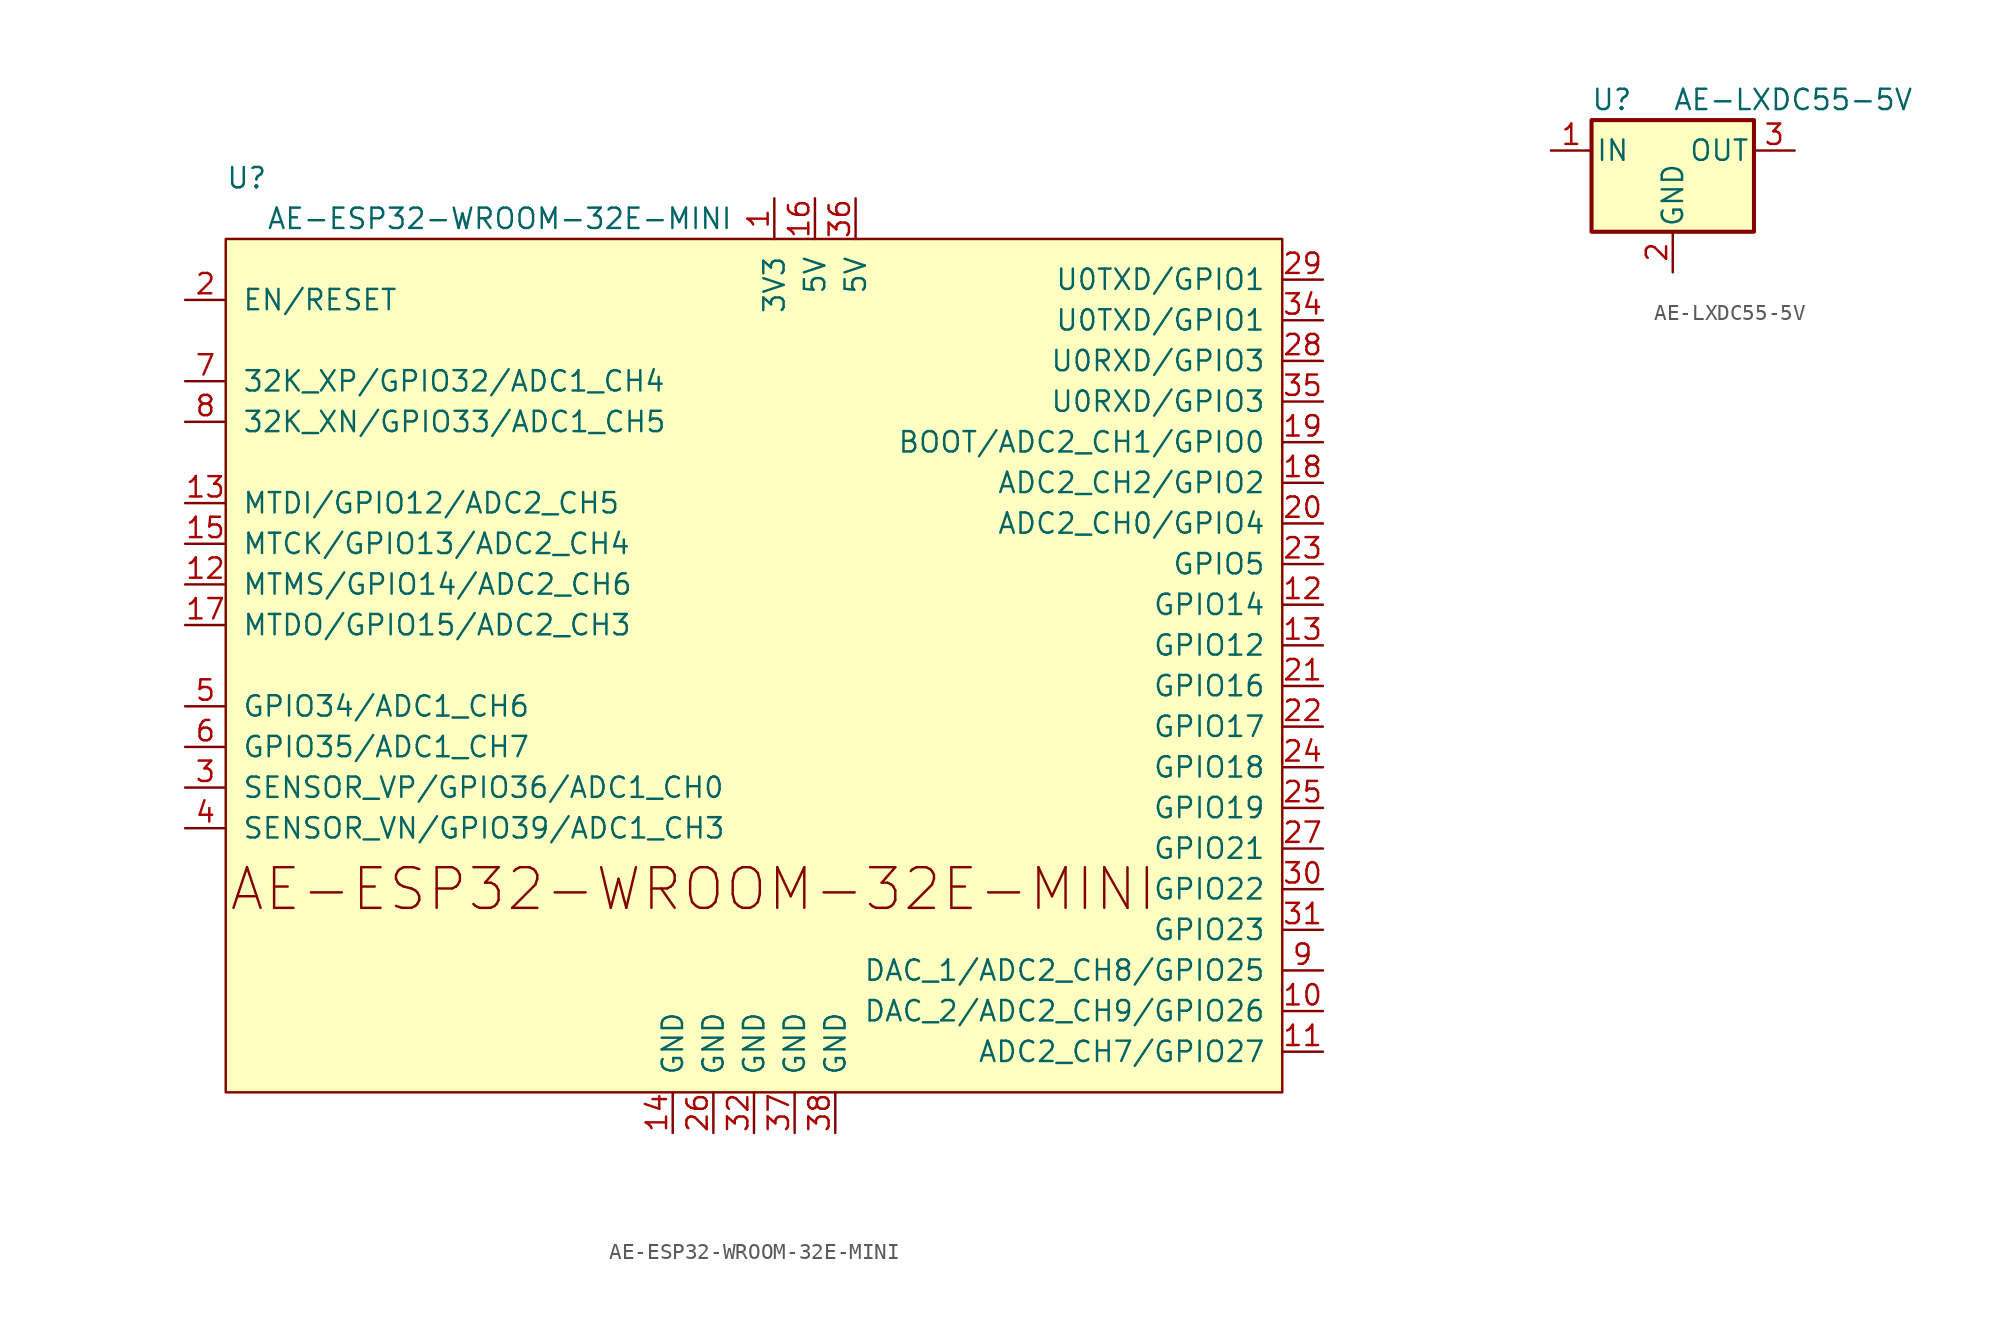
<source format=kicad_sym>
(kicad_symbol_lib
  (version 20220914)
  (generator kicad_symbol_editor)
  (symbol "AE-ESP32-WROOM-32E-MINI"
    (pin_names
      (offset 1.016))
    (property "Reference" "U"
      (at -33.02 27.94 0)
      (effects (font (size 1.27 1.27)) (justify left)))
    (property "Value" "AE-ESP32-WROOM-32E-MINI"
      (at -30.48 25.4 0)
      (effects (font (size 1.27 1.27)) (justify left)))
    (symbol "AE-ESP32-WROOM-32E-MINI_0_1"
      (rectangle (start -33.02 24.13) (end 33.02 -29.21) (stroke (width 0) (type default)) (fill (type background))))
    (symbol "AE-ESP32-WROOM-32E-MINI_1_1"
      (text "AE-ESP32-WROOM-32E-MINI" (at -3.81 -16.51 0) (effects (font (size 2.54 2.54))))
      (pin power_in line (at 1.27 26.67 270) (length 2.54) (name "3V3" (effects (font (size 1.27 1.27)))) (number "1" (effects (font (size 1.27 1.27)))))
      (pin bidirectional line (at 35.56 -24.13 180) (length 2.54) (name "DAC_2/ADC2_CH9/GPIO26" (effects (font (size 1.27 1.27)))) (number "10" (effects (font (size 1.27 1.27)))))
      (pin bidirectional line (at 35.56 -26.67 180) (length 2.54) (name "ADC2_CH7/GPIO27" (effects (font (size 1.27 1.27)))) (number "11" (effects (font (size 1.27 1.27)))))
      (pin bidirectional line (at 35.56 1.27 180) (length 2.54) (name "GPIO14" (effects (font (size 1.27 1.27)))) (number "12" (effects (font (size 1.27 1.27)))))
      (pin bidirectional line (at -35.56 2.54 0) (length 2.54) (name "MTMS/GPIO14/ADC2_CH6" (effects (font (size 1.27 1.27)))) (number "12" (effects (font (size 1.27 1.27)))))
      (pin bidirectional line (at 35.56 -1.27 180) (length 2.54) (name "GPIO12" (effects (font (size 1.27 1.27)))) (number "13" (effects (font (size 1.27 1.27)))))
      (pin bidirectional line (at -35.56 7.62 0) (length 2.54) (name "MTDI/GPIO12/ADC2_CH5" (effects (font (size 1.27 1.27)))) (number "13" (effects (font (size 1.27 1.27)))))
      (pin power_in line (at -5.08 -31.75 90) (length 2.54) (name "GND" (effects (font (size 1.27 1.27)))) (number "14" (effects (font (size 1.27 1.27)))))
      (pin bidirectional line (at -35.56 5.08 0) (length 2.54) (name "MTCK/GPIO13/ADC2_CH4" (effects (font (size 1.27 1.27)))) (number "15" (effects (font (size 1.27 1.27)))))
      (pin power_in line (at 3.81 26.67 270) (length 2.54) (name "5V" (effects (font (size 1.27 1.27)))) (number "16" (effects (font (size 1.27 1.27)))))
      (pin bidirectional line (at -35.56 0 0) (length 2.54) (name "MTDO/GPIO15/ADC2_CH3" (effects (font (size 1.27 1.27)))) (number "17" (effects (font (size 1.27 1.27)))))
      (pin bidirectional line (at 35.56 8.89 180) (length 2.54) (name "ADC2_CH2/GPIO2" (effects (font (size 1.27 1.27)))) (number "18" (effects (font (size 1.27 1.27)))))
      (pin bidirectional line (at 35.56 11.43 180) (length 2.54) (name "BOOT/ADC2_CH1/GPIO0" (effects (font (size 1.27 1.27)))) (number "19" (effects (font (size 1.27 1.27)))))
      (pin input line (at -35.56 20.32 0) (length 2.54) (name "EN/RESET" (effects (font (size 1.27 1.27)))) (number "2" (effects (font (size 1.27 1.27)))))
      (pin bidirectional line (at 35.56 6.35 180) (length 2.54) (name "ADC2_CH0/GPIO4" (effects (font (size 1.27 1.27)))) (number "20" (effects (font (size 1.27 1.27)))))
      (pin bidirectional line (at 35.56 -3.81 180) (length 2.54) (name "GPIO16" (effects (font (size 1.27 1.27)))) (number "21" (effects (font (size 1.27 1.27)))))
      (pin bidirectional line (at 35.56 -6.35 180) (length 2.54) (name "GPIO17" (effects (font (size 1.27 1.27)))) (number "22" (effects (font (size 1.27 1.27)))))
      (pin bidirectional line (at 35.56 3.81 180) (length 2.54) (name "GPIO5" (effects (font (size 1.27 1.27)))) (number "23" (effects (font (size 1.27 1.27)))))
      (pin bidirectional line (at 35.56 -8.89 180) (length 2.54) (name "GPIO18" (effects (font (size 1.27 1.27)))) (number "24" (effects (font (size 1.27 1.27)))))
      (pin bidirectional line (at 35.56 -11.43 180) (length 2.54) (name "GPIO19" (effects (font (size 1.27 1.27)))) (number "25" (effects (font (size 1.27 1.27)))))
      (pin power_in line (at -2.54 -31.75 90) (length 2.54) (name "GND" (effects (font (size 1.27 1.27)))) (number "26" (effects (font (size 1.27 1.27)))))
      (pin bidirectional line (at 35.56 -13.97 180) (length 2.54) (name "GPIO21" (effects (font (size 1.27 1.27)))) (number "27" (effects (font (size 1.27 1.27)))))
      (pin bidirectional line (at 35.56 16.51 180) (length 2.54) (name "U0RXD/GPIO3" (effects (font (size 1.27 1.27)))) (number "28" (effects (font (size 1.27 1.27)))))
      (pin bidirectional line (at 35.56 21.59 180) (length 2.54) (name "U0TXD/GPIO1" (effects (font (size 1.27 1.27)))) (number "29" (effects (font (size 1.27 1.27)))))
      (pin input line (at -35.56 -10.16 0) (length 2.54) (name "SENSOR_VP/GPIO36/ADC1_CH0" (effects (font (size 1.27 1.27)))) (number "3" (effects (font (size 1.27 1.27)))))
      (pin bidirectional line (at 35.56 -16.51 180) (length 2.54) (name "GPIO22" (effects (font (size 1.27 1.27)))) (number "30" (effects (font (size 1.27 1.27)))))
      (pin bidirectional line (at 35.56 -19.05 180) (length 2.54) (name "GPIO23" (effects (font (size 1.27 1.27)))) (number "31" (effects (font (size 1.27 1.27)))))
      (pin power_in line (at 0 -31.75 90) (length 2.54) (name "GND" (effects (font (size 1.27 1.27)))) (number "32" (effects (font (size 1.27 1.27)))))
      (pin bidirectional line (at 35.56 19.05 180) (length 2.54) (name "U0TXD/GPIO1" (effects (font (size 1.27 1.27)))) (number "34" (effects (font (size 1.27 1.27)))))
      (pin bidirectional line (at 35.56 13.97 180) (length 2.54) (name "U0RXD/GPIO3" (effects (font (size 1.27 1.27)))) (number "35" (effects (font (size 1.27 1.27)))))
      (pin power_in line (at 6.35 26.67 270) (length 2.54) (name "5V" (effects (font (size 1.27 1.27)))) (number "36" (effects (font (size 1.27 1.27)))))
      (pin power_in line (at 2.54 -31.75 90) (length 2.54) (name "GND" (effects (font (size 1.27 1.27)))) (number "37" (effects (font (size 1.27 1.27)))))
      (pin power_in line (at 5.08 -31.75 90) (length 2.54) (name "GND" (effects (font (size 1.27 1.27)))) (number "38" (effects (font (size 1.27 1.27)))))
      (pin input line (at -35.56 -12.7 0) (length 2.54) (name "SENSOR_VN/GPIO39/ADC1_CH3" (effects (font (size 1.27 1.27)))) (number "4" (effects (font (size 1.27 1.27)))))
      (pin input line (at -35.56 -5.08 0) (length 2.54) (name "GPIO34/ADC1_CH6" (effects (font (size 1.27 1.27)))) (number "5" (effects (font (size 1.27 1.27)))))
      (pin input line (at -35.56 -7.62 0) (length 2.54) (name "GPIO35/ADC1_CH7" (effects (font (size 1.27 1.27)))) (number "6" (effects (font (size 1.27 1.27)))))
      (pin bidirectional line (at -35.56 15.24 0) (length 2.54) (name "32K_XP/GPIO32/ADC1_CH4" (effects (font (size 1.27 1.27)))) (number "7" (effects (font (size 1.27 1.27)))))
      (pin bidirectional line (at -35.56 12.7 0) (length 2.54) (name "32K_XN/GPIO33/ADC1_CH5" (effects (font (size 1.27 1.27)))) (number "8" (effects (font (size 1.27 1.27)))))
      (pin bidirectional line (at 35.56 -21.59 180) (length 2.54) (name "DAC_1/ADC2_CH8/GPIO25" (effects (font (size 1.27 1.27)))) (number "9" (effects (font (size 1.27 1.27)))))))
  (symbol "AE-LXDC55-5V"
    (pin_names
      (offset 0.254))
    (property "Reference" "U"
      (at -3.81 3.175 0)
      (effects (font (size 1.27 1.27))))
    (property "Value" "AE-LXDC55-5V"
      (at 0 3.175 0)
      (effects (font (size 1.27 1.27)) (justify left)))
    (symbol "AE-LXDC55-5V_0_1"
      (rectangle (start -5.08 1.905) (end 5.08 -5.08) (stroke (width 0.254) (type default)) (fill (type background))))
    (symbol "AE-LXDC55-5V_1_1"
      (pin power_in line (at -7.62 0 0) (length 2.54) (name "IN" (effects (font (size 1.27 1.27)))) (number "1" (effects (font (size 1.27 1.27)))))
      (pin power_in line (at 0 -7.62 90) (length 2.54) (name "GND" (effects (font (size 1.27 1.27)))) (number "2" (effects (font (size 1.27 1.27)))))
      (pin power_out line (at 7.62 0 180) (length 2.54) (name "OUT" (effects (font (size 1.27 1.27)))) (number "3" (effects (font (size 1.27 1.27))))))))
</source>
